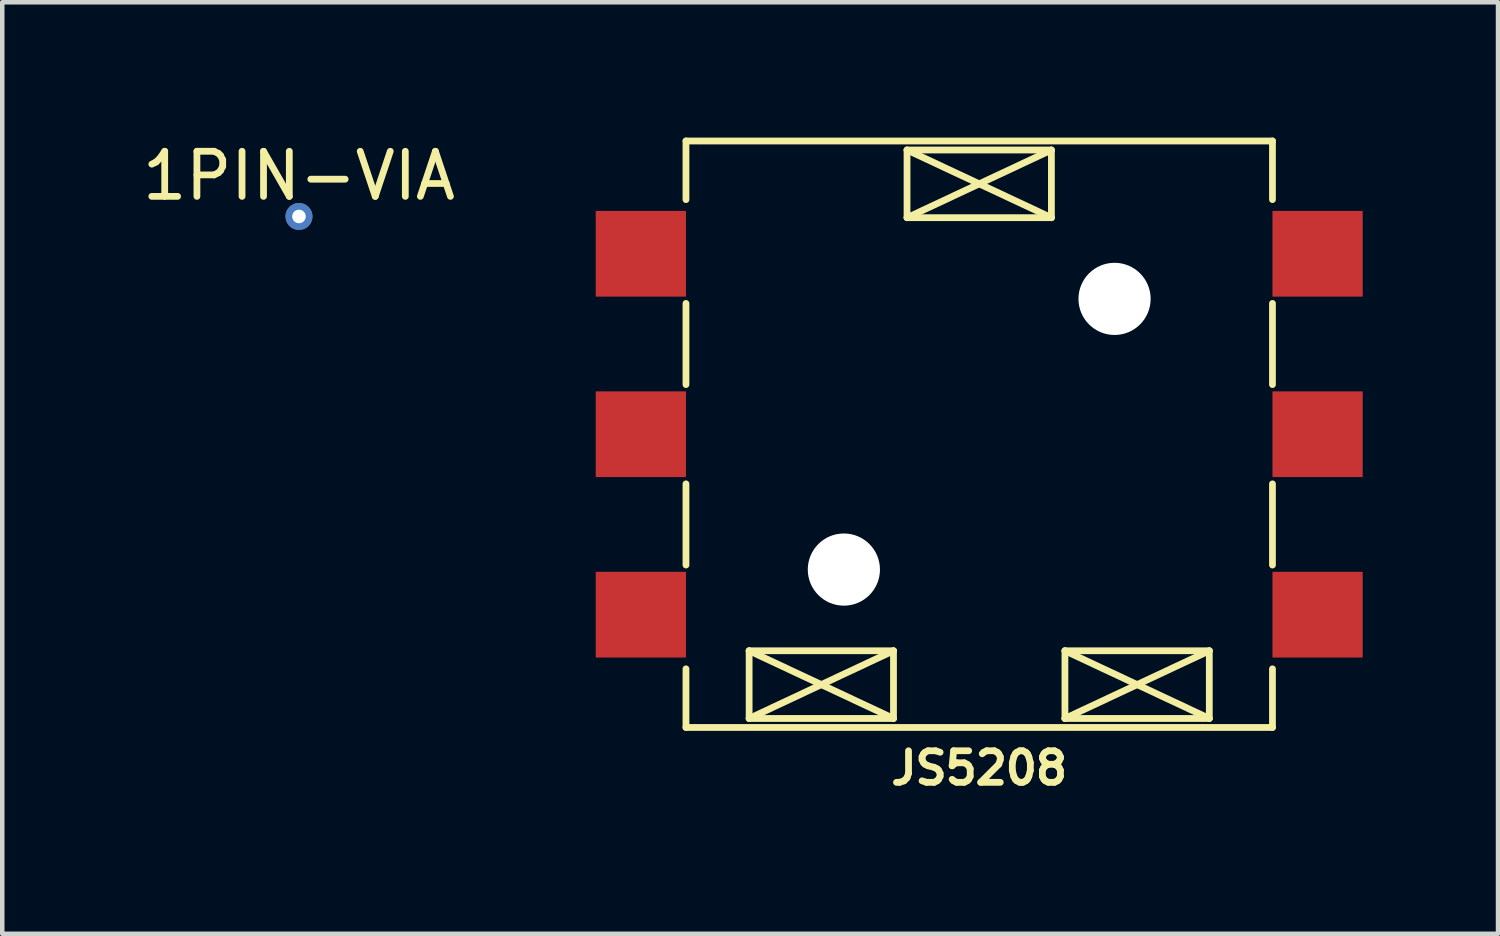
<source format=kicad_pcb>
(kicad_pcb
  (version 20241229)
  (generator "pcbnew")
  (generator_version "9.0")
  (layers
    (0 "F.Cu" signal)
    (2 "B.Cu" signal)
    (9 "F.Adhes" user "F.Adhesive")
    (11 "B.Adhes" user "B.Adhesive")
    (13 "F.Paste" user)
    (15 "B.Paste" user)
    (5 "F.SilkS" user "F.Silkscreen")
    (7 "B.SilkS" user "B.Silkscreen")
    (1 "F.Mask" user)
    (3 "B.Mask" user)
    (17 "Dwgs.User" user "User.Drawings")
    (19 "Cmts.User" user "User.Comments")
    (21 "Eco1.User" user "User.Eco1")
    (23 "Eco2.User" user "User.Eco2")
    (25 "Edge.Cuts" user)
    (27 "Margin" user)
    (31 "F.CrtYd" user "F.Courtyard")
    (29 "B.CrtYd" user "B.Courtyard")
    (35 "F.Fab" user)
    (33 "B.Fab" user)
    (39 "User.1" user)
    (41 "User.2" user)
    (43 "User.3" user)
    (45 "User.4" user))
  (footprint "JS5208"
    (layer "F.Cu")
    (at 18.655 6.575)
    (property "Reference" "JS5208" (at 0 7.4 0) (layer "F.SilkS") (effects (font (size 0.7 0.7) (thickness 0.15))))
    (attr through_hole)
    (fp_line (start -6.5 -6.5) (end 6.5 -6.5) (stroke (width 0.15) (type solid)) (layer "F.SilkS"))
    (fp_line (start -6.5 -5.2) (end -6.5 -6.5) (stroke (width 0.15) (type solid)) (layer "F.SilkS"))
    (fp_line (start -6.5 -1.1) (end -6.5 -2.9) (stroke (width 0.15) (type solid)) (layer "F.SilkS"))
    (fp_line (start -6.5 2.9) (end -6.5 1.1) (stroke (width 0.15) (type solid)) (layer "F.SilkS"))
    (fp_line (start -6.5 5.2) (end -6.5 6.5) (stroke (width 0.15) (type solid)) (layer "F.SilkS"))
    (fp_line (start -6.5 6.5) (end 6.5 6.5) (stroke (width 0.15) (type solid)) (layer "F.SilkS"))
    (fp_line (start -5.1 4.8) (end -1.9 4.8) (stroke (width 0.15) (type solid)) (layer "F.SilkS"))
    (fp_line (start -5.1 4.8) (end -1.9 6.3) (stroke (width 0.15) (type solid)) (layer "F.SilkS"))
    (fp_line (start -5.1 6.3) (end -5.1 4.8) (stroke (width 0.15) (type solid)) (layer "F.SilkS"))
    (fp_line (start -1.9 4.8) (end -5.1 6.3) (stroke (width 0.15) (type solid)) (layer "F.SilkS"))
    (fp_line (start -1.9 4.8) (end -1.9 6.3) (stroke (width 0.15) (type solid)) (layer "F.SilkS"))
    (fp_line (start -1.9 6.3) (end -5.1 6.3) (stroke (width 0.15) (type solid)) (layer "F.SilkS"))
    (fp_line (start -1.6 -6.3) (end 1.6 -6.3) (stroke (width 0.15) (type solid)) (layer "F.SilkS"))
    (fp_line (start -1.6 -6.3) (end 1.6 -4.8) (stroke (width 0.15) (type solid)) (layer "F.SilkS"))
    (fp_line (start -1.6 -4.8) (end -1.6 -6.3) (stroke (width 0.15) (type solid)) (layer "F.SilkS"))
    (fp_line (start 1.6 -6.3) (end -1.6 -4.8) (stroke (width 0.15) (type solid)) (layer "F.SilkS"))
    (fp_line (start 1.6 -6.3) (end 1.6 -4.8) (stroke (width 0.15) (type solid)) (layer "F.SilkS"))
    (fp_line (start 1.6 -4.8) (end -1.6 -4.8) (stroke (width 0.15) (type solid)) (layer "F.SilkS"))
    (fp_line (start 1.9 4.8) (end 1.9 6.3) (stroke (width 0.15) (type solid)) (layer "F.SilkS"))
    (fp_line (start 1.9 4.8) (end 5.1 6.3) (stroke (width 0.15) (type solid)) (layer "F.SilkS"))
    (fp_line (start 1.9 6.3) (end 5.1 6.3) (stroke (width 0.15) (type solid)) (layer "F.SilkS"))
    (fp_line (start 5.1 4.8) (end 1.9 4.8) (stroke (width 0.15) (type solid)) (layer "F.SilkS"))
    (fp_line (start 5.1 4.8) (end 1.9 6.3) (stroke (width 0.15) (type solid)) (layer "F.SilkS"))
    (fp_line (start 5.1 6.3) (end 5.1 4.8) (stroke (width 0.15) (type solid)) (layer "F.SilkS"))
    (fp_line (start 6.5 -6.5) (end 6.5 -5.2) (stroke (width 0.15) (type solid)) (layer "F.SilkS"))
    (fp_line (start 6.5 -2.9) (end 6.5 -1.1) (stroke (width 0.15) (type solid)) (layer "F.SilkS"))
    (fp_line (start 6.5 2.9) (end 6.5 1.1) (stroke (width 0.15) (type solid)) (layer "F.SilkS"))
    (fp_line (start 6.5 6.5) (end 6.5 5.2) (stroke (width 0.15) (type solid)) (layer "F.SilkS"))
    (pad "" np_thru_hole circle (at -3 3) (size 1.6 1.6) (drill 1.6) (layers "*.Cu" "*.Mask"))
    (pad "" np_thru_hole circle (at 3 -3) (size 1.6 1.6) (drill 1.6) (layers "*.Cu" "*.Mask"))
    (pad "1" smd rect (at -7.5 -4) (size 2 1.9) (layers "F.Cu" "F.Mask" "F.Paste"))
    (pad "2" smd rect (at -7.5 0) (size 2 1.9) (layers "F.Cu" "F.Mask" "F.Paste"))
    (pad "3" smd rect (at -7.5 4) (size 2 1.9) (layers "F.Cu" "F.Mask" "F.Paste"))
    (pad "4" smd rect (at 7.5 -4) (size 2 1.9) (layers "F.Cu" "F.Mask" "F.Paste"))
    (pad "5" smd rect (at 7.5 0) (size 2 1.9) (layers "F.Cu" "F.Mask" "F.Paste"))
    (pad "6" smd rect (at 7.5 4) (size 2 1.9) (layers "F.Cu" "F.Mask" "F.Paste")))
  (footprint "1PIN-VIA"
    (layer "F.Cu")
    (at 3.577 1.748)
    (property "Reference" "1PIN-VIA" (at 0 -0.9 0) (layer "F.SilkS") (effects (font (size 1 1) (thickness 0.15))))
    (attr through_hole)
    (pad "1" thru_hole circle (at 0 0) (size 0.6 0.6) (drill 0.3) (layers "*.Cu")))
  (gr_rect
    (start -3 -3)
    (end 30.155 17.648)
    (stroke (width 0.1) (type default))
    (fill no)
    (layer "Edge.Cuts")))
</source>
